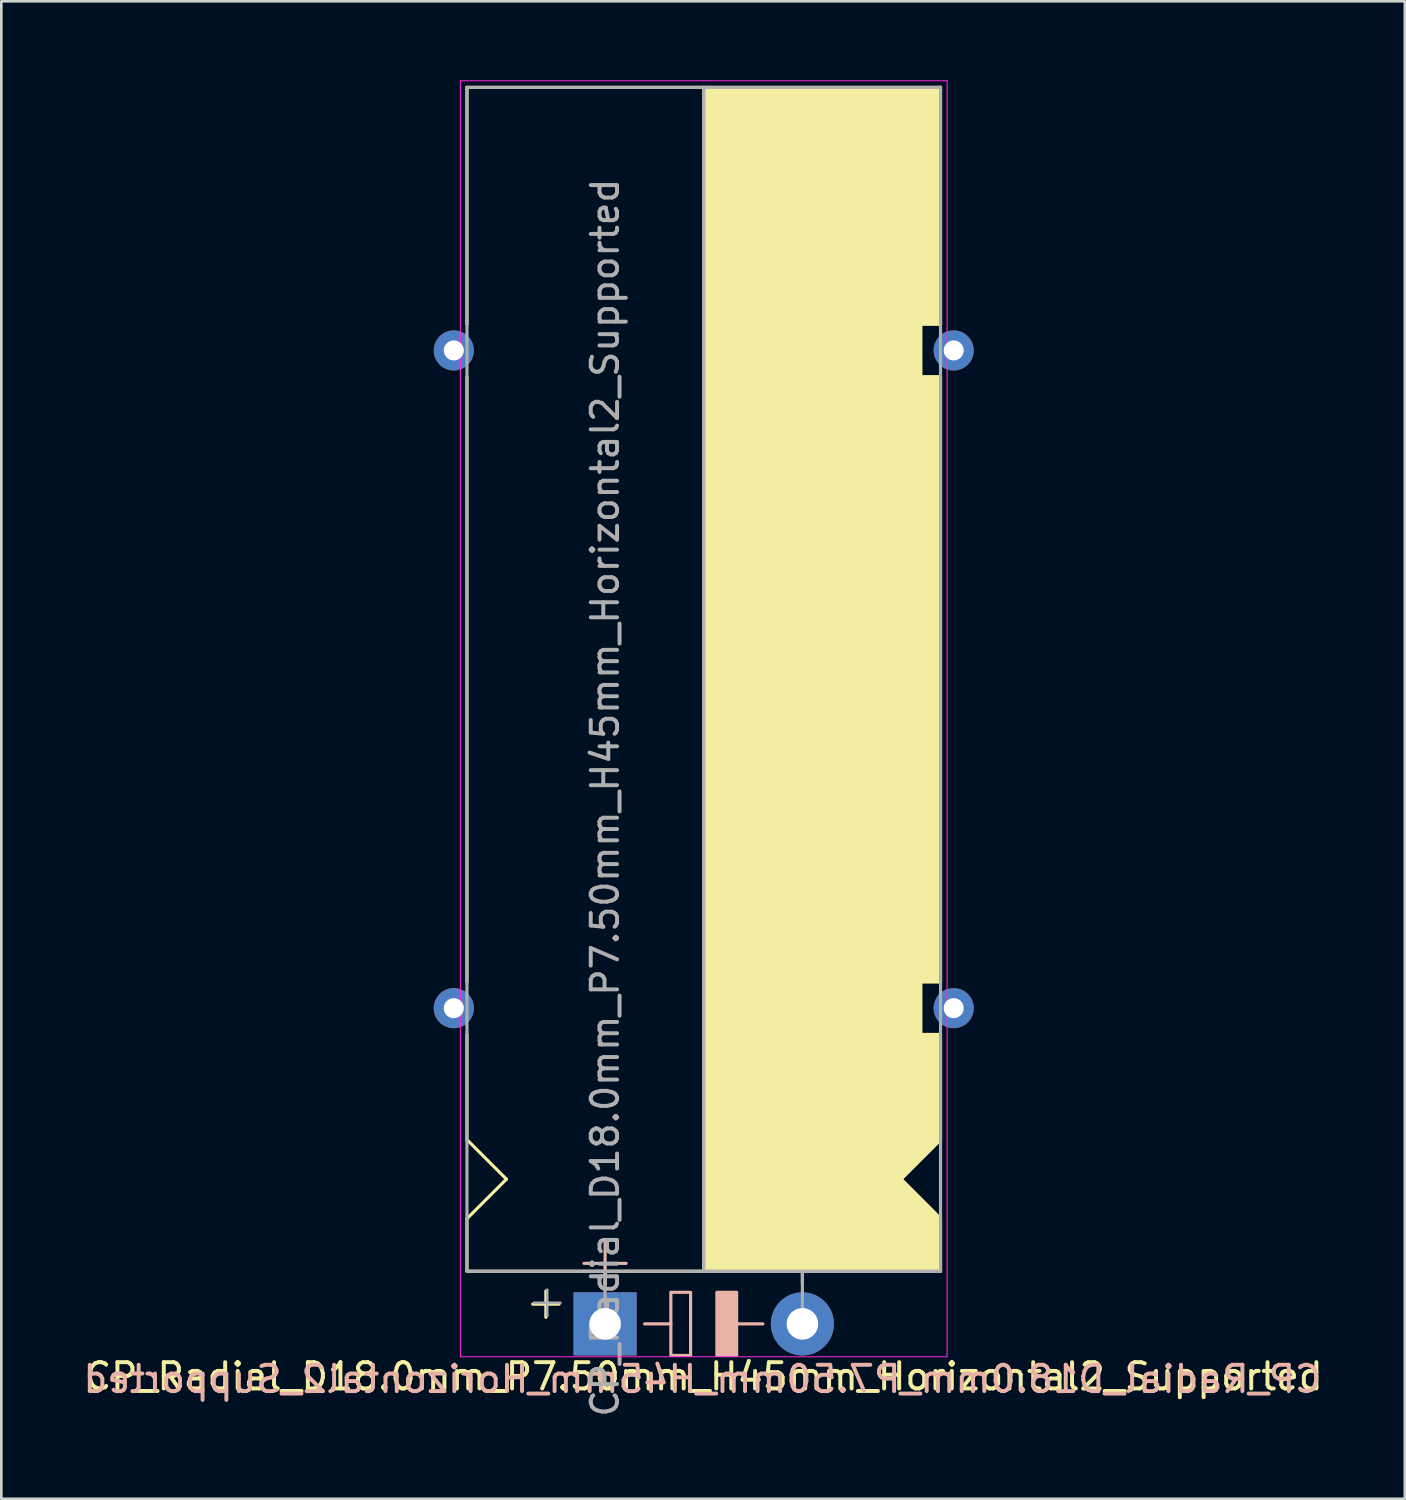
<source format=kicad_pcb>
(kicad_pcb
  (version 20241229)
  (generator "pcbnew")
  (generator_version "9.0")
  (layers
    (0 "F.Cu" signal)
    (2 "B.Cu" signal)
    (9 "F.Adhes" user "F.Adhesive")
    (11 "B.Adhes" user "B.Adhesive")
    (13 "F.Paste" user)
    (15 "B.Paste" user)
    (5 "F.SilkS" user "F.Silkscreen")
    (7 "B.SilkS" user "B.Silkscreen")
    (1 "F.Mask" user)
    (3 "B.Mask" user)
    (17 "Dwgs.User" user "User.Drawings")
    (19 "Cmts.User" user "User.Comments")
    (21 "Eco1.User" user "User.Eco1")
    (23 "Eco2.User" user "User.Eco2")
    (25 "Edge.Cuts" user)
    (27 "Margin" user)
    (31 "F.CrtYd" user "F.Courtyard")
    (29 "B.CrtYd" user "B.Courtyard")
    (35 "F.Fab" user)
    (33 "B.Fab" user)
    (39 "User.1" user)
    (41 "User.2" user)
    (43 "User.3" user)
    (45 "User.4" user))
  (footprint "CP_Radial_D18.0mm_P7.50mm_H45mm_Horizontal2_Supported"
    (layer "F.Cu")
    (at 19.949 47.27)
    (property "Reference" "CP_Radial_D18.0mm_P7.50mm_H45mm_Horizontal2_Supported" (at 3.75 2 0) (layer "F.SilkS") (effects (font (size 1 1) (thickness 0.15))))
    (fp_line (start -5.25 -47) (end 12.75 -47) (stroke (width 0.12) (type solid)) (layer "F.SilkS"))
    (fp_line (start -5.25 -38) (end -5.25 -47) (stroke (width 0.12) (type solid)) (layer "F.SilkS"))
    (fp_line (start -5.25 -13) (end -5.25 -36) (stroke (width 0.12) (type solid)) (layer "F.SilkS"))
    (fp_line (start -5.25 -11) (end -5.25 -7) (stroke (width 0.12) (type solid)) (layer "F.SilkS"))
    (fp_line (start -5.25 -7) (end -3.75 -5.5) (stroke (width 0.12) (type solid)) (layer "F.SilkS"))
    (fp_line (start -5.25 -4) (end -3.75 -5.5) (stroke (width 0.12) (type solid)) (layer "F.SilkS"))
    (fp_line (start -5.25 -2) (end -5.25 -4) (stroke (width 0.12) (type solid)) (layer "F.SilkS"))
    (fp_line (start -5.25 -2) (end 12.75 -2) (stroke (width 0.12) (type solid)) (layer "F.SilkS"))
    (fp_line (start -2.25 -1.25) (end -2.25 -0.25) (stroke (width 0.12) (type solid)) (layer "F.SilkS"))
    (fp_line (start -1.75 -0.75) (end -2.75 -0.75) (stroke (width 0.12) (type solid)) (layer "F.SilkS"))
    (fp_line (start 0 -1.5) (end 0 -2) (stroke (width 0.12) (type solid)) (layer "F.SilkS"))
    (fp_line (start 3.75 -2) (end 3.75 -47) (stroke (width 0.12) (type solid)) (layer "F.SilkS"))
    (fp_line (start 7.5 -1.5) (end 7.5 -2) (stroke (width 0.12) (type solid)) (layer "F.SilkS"))
    (fp_line (start 12 -38) (end 12.75 -38) (stroke (width 0.12) (type solid)) (layer "F.SilkS"))
    (fp_line (start 12 -36) (end 12 -38) (stroke (width 0.12) (type solid)) (layer "F.SilkS"))
    (fp_line (start 12 -13) (end 12.75 -13) (stroke (width 0.12) (type solid)) (layer "F.SilkS"))
    (fp_line (start 12 -11) (end 12 -13) (stroke (width 0.12) (type solid)) (layer "F.SilkS"))
    (fp_line (start 12.25 -11) (end 12 -11) (stroke (width 0.12) (type solid)) (layer "F.SilkS"))
    (fp_line (start 12.75 -38) (end 12.75 -47) (stroke (width 0.12) (type solid)) (layer "F.SilkS"))
    (fp_line (start 12.75 -36) (end 12 -36) (stroke (width 0.12) (type solid)) (layer "F.SilkS"))
    (fp_line (start 12.75 -13) (end 12.75 -36) (stroke (width 0.12) (type solid)) (layer "F.SilkS"))
    (fp_line (start 12.75 -11) (end 12.25 -11) (stroke (width 0.12) (type solid)) (layer "F.SilkS"))
    (fp_line (start 12.75 -11) (end 12.75 -7) (stroke (width 0.12) (type solid)) (layer "F.SilkS"))
    (fp_line (start 12.75 -7) (end 11.25 -5.5) (stroke (width 0.12) (type solid)) (layer "F.SilkS"))
    (fp_line (start 12.75 -4) (end 11.25 -5.5) (stroke (width 0.12) (type solid)) (layer "F.SilkS"))
    (fp_line (start 12.75 -2) (end 12.75 -4) (stroke (width 0.12) (type solid)) (layer "F.SilkS"))
    (fp_poly (pts (xy 12.75 -4) (xy 11.25 -5.5) (xy 12.75 -7) (xy 12.75 -11) (xy 12 -11) (xy 12 -13) (xy 12.75 -13) (xy 12.75 -36) (xy 12 -36) (xy 12 -38) (xy 12.75 -38) (xy 12.75 -47) (xy 3.75 -47) (xy 3.75 -2) (xy 12.75 -2)) (stroke (width 0.1) (type solid)) (fill yes) (layer "F.SilkS"))
    (fp_line (start 0 -3.1) (end 0 -1.5) (stroke (width 0.12) (type solid)) (layer "B.SilkS"))
    (fp_line (start 0.8 -2.3) (end -0.8 -2.3) (stroke (width 0.12) (type solid)) (layer "B.SilkS"))
    (fp_line (start 2.5 0) (end 1.5 0) (stroke (width 0.12) (type solid)) (layer "B.SilkS"))
    (fp_line (start 6 0) (end 5 0) (stroke (width 0.12) (type solid)) (layer "B.SilkS"))
    (fp_rect (start 2.5 -1.2) (end 3.25 1.2) (stroke (width 0.12) (type solid)) (fill no) (layer "B.SilkS"))
    (fp_rect (start 4.25 -1.2) (end 5 1.2) (stroke (width 0.12) (type solid)) (fill yes) (layer "B.SilkS"))
    (fp_line (start -5.5 -47.25) (end 13 -47.25) (stroke (width 0.04) (type solid)) (layer "F.CrtYd"))
    (fp_line (start -5.5 1.25) (end -5.5 -47.25) (stroke (width 0.04) (type solid)) (layer "F.CrtYd"))
    (fp_line (start 13 -47.25) (end 13 1.25) (stroke (width 0.04) (type solid)) (layer "F.CrtYd"))
    (fp_line (start 13 1.25) (end -5.5 1.25) (stroke (width 0.04) (type solid)) (layer "F.CrtYd"))
    (fp_line (start -5.25 -47) (end 12.75 -47) (stroke (width 0.12) (type solid)) (layer "F.Fab"))
    (fp_line (start -5.25 -2) (end -5.25 -47) (stroke (width 0.12) (type solid)) (layer "F.Fab"))
    (fp_line (start -2.7 -0.8) (end -1.7 -0.8) (stroke (width 0.1) (type solid)) (layer "F.Fab"))
    (fp_line (start -2.2 -0.3) (end -2.2 -1.3) (stroke (width 0.1) (type solid)) (layer "F.Fab"))
    (fp_line (start 0 0) (end 0 -2) (stroke (width 0.12) (type solid)) (layer "F.Fab"))
    (fp_line (start 3.75 -2) (end 3.75 -47) (stroke (width 0.12) (type solid)) (layer "F.Fab"))
    (fp_line (start 7.5 0) (end 7.5 -2) (stroke (width 0.12) (type solid)) (layer "F.Fab"))
    (fp_line (start 12.75 -47) (end 12.75 -2) (stroke (width 0.12) (type solid)) (layer "F.Fab"))
    (fp_line (start 12.75 -2) (end -5.25 -2) (stroke (width 0.12) (type solid)) (layer "F.Fab"))
    (fp_poly (pts (xy 12.75 -47) (xy 3.75 -47) (xy 3.75 -2) (xy 12.75 -2)) (stroke (width 0.1) (type solid)) (fill no) (layer "F.Fab"))
    (fp_text user "${REFERENCE}" (at 3.7 2.1 0) (layer "B.SilkS") (effects (font (size 1 1) (thickness 0.15)) (justify mirror)))
    (fp_text user "${REFERENCE}" (at 0 -20 90) (layer "F.Fab") (effects (font (size 1 1) (thickness 0.15))))
    (pad "1" thru_hole rect (at 0 0) (size 2.4 2.4) (drill 1.2) (layers "*.Cu" "*.Mask"))
    (pad "2" thru_hole circle (at 7.5 0) (size 2.4 2.4) (drill 1.2) (layers "*.Cu" "*.Mask"))
    (pad "~" thru_hole circle (at -5.75 -37 180) (size 1.524 1.524) (drill 0.762) (layers "*.Cu" "*.Mask"))
    (pad "~" thru_hole circle (at -5.75 -12 180) (size 1.524 1.524) (drill 0.762) (layers "*.Cu" "*.Mask"))
    (pad "~" thru_hole circle (at 13.25 -37 180) (size 1.524 1.524) (drill 0.762) (layers "*.Cu" "*.Mask"))
    (pad "~" thru_hole circle (at 13.25 -12 180) (size 1.524 1.524) (drill 0.762) (layers "*.Cu" "*.Mask")))
  (gr_rect
    (start -3 -3)
    (end 50.348 53.919)
    (stroke (width 0.1) (type default))
    (fill no)
    (layer "Edge.Cuts")))
</source>
